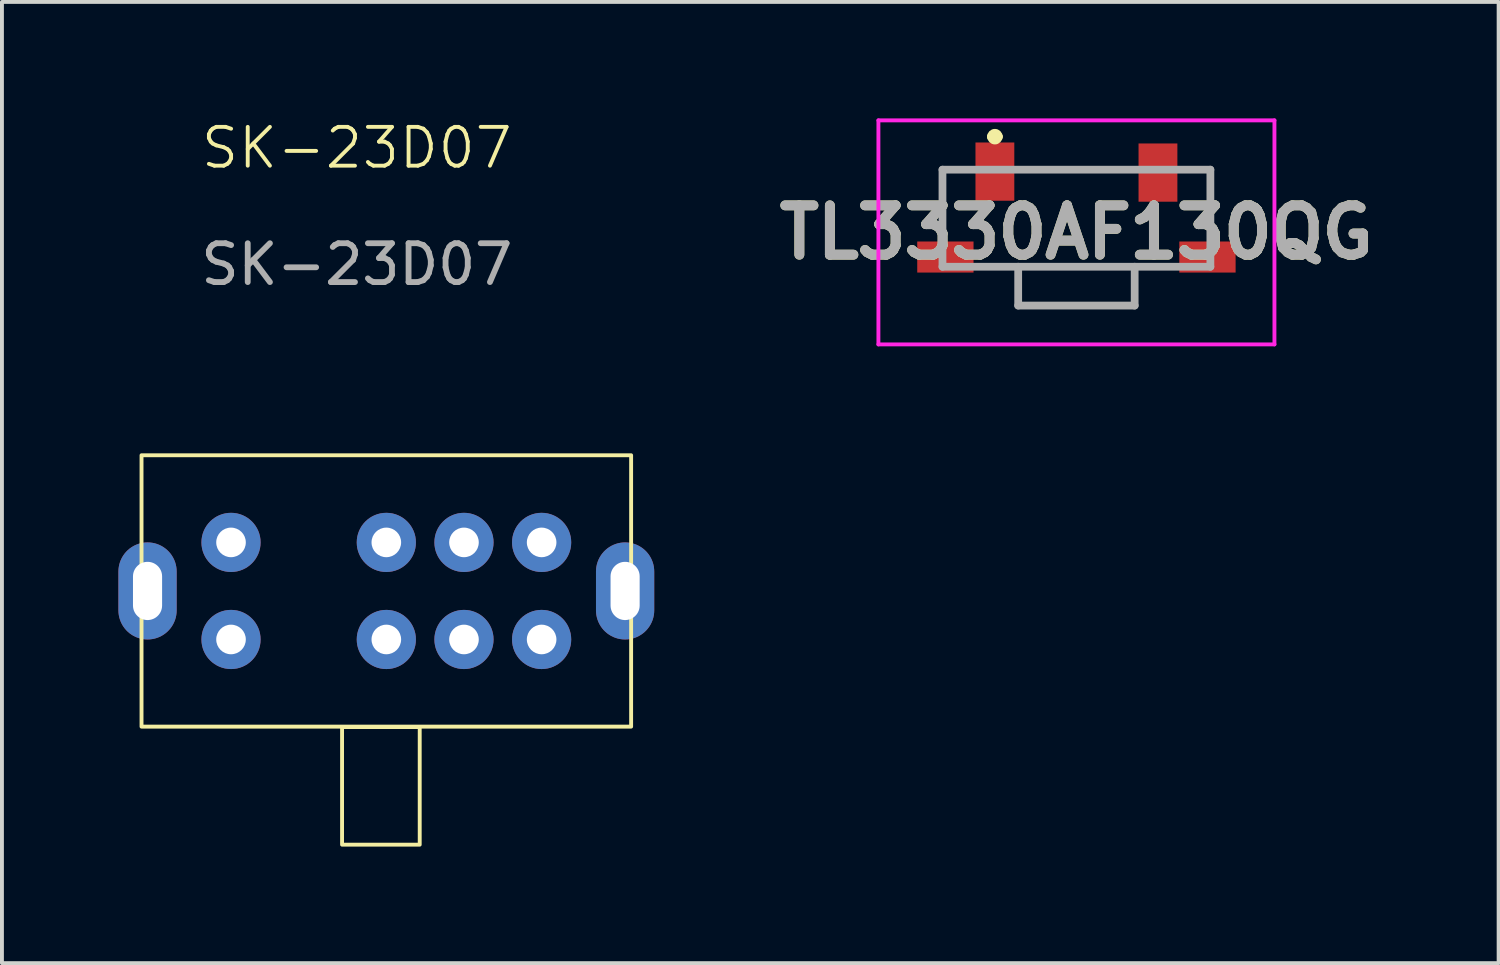
<source format=kicad_pcb>
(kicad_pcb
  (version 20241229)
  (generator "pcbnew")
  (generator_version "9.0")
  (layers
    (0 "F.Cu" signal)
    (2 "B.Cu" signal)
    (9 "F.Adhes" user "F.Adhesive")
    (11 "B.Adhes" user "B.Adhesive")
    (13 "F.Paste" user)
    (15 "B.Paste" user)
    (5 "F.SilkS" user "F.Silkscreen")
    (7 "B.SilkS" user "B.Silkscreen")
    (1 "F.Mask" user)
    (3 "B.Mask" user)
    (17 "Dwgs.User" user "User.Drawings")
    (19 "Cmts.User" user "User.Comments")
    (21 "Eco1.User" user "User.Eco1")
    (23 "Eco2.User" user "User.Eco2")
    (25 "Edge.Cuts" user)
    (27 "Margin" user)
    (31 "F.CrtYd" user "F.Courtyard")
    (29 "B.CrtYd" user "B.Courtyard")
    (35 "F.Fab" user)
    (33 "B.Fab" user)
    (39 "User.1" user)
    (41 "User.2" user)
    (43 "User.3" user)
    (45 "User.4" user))
  (footprint "TL3330AF130QG"
    (layer "F.Cu")
    (at 24.674 3.07)
    (property "Reference" "TL3330AF130QG" (at 0 -0.135 0) (layer "F.SilkS") (effects (font (size 1.27 1.27) (thickness 0.254))))
    (attr smd)
    (fp_line (start -3.45 -1.75) (end -3.45 -0.3) (stroke (width 0.1) (type solid)) (layer "F.SilkS"))
    (fp_line (start -3 -1.75) (end -3.45 -1.75) (stroke (width 0.1) (type solid)) (layer "F.SilkS"))
    (fp_line (start -2.4 0.75) (end 2.4 0.75) (stroke (width 0.1) (type solid)) (layer "F.SilkS"))
    (fp_line (start -2.2 -2.6) (end -2.2 -2.6) (stroke (width 0.2) (type solid)) (layer "F.SilkS"))
    (fp_line (start -2 -2.6) (end -2 -2.6) (stroke (width 0.2) (type solid)) (layer "F.SilkS"))
    (fp_line (start -1.2 -1.75) (end 1.2 -1.75) (stroke (width 0.1) (type solid)) (layer "F.SilkS"))
    (fp_line (start 3 -1.75) (end 3.45 -1.75) (stroke (width 0.1) (type solid)) (layer "F.SilkS"))
    (fp_line (start 3.45 -1.75) (end 3.45 -0.3) (stroke (width 0.1) (type solid)) (layer "F.SilkS"))
    (fp_arc (start -2.2 -2.6) (mid -2.1 -2.7) (end -2 -2.6) (stroke (width 0.2) (type solid)) (layer "F.SilkS"))
    (fp_arc (start -2 -2.6) (mid -2.1 -2.5) (end -2.2 -2.6) (stroke (width 0.2) (type solid)) (layer "F.SilkS"))
    (fp_line (start -5.1 -3.02) (end 5.1 -3.02) (stroke (width 0.1) (type solid)) (layer "F.CrtYd"))
    (fp_line (start -5.1 2.75) (end -5.1 -3.02) (stroke (width 0.1) (type solid)) (layer "F.CrtYd"))
    (fp_line (start 5.1 -3.02) (end 5.1 2.75) (stroke (width 0.1) (type solid)) (layer "F.CrtYd"))
    (fp_line (start 5.1 2.75) (end -5.1 2.75) (stroke (width 0.1) (type solid)) (layer "F.CrtYd"))
    (fp_line (start -3.45 -1.75) (end 3.45 -1.75) (stroke (width 0.2) (type solid)) (layer "F.Fab"))
    (fp_line (start -3.45 0.75) (end -3.45 -1.75) (stroke (width 0.2) (type solid)) (layer "F.Fab"))
    (fp_line (start -1.5 0.75) (end -1.5 1.75) (stroke (width 0.2) (type solid)) (layer "F.Fab"))
    (fp_line (start -1.5 1.75) (end 1.5 1.75) (stroke (width 0.2) (type solid)) (layer "F.Fab"))
    (fp_line (start 1.5 1.75) (end 1.5 0.75) (stroke (width 0.2) (type solid)) (layer "F.Fab"))
    (fp_line (start 3.45 -1.75) (end 3.45 0.75) (stroke (width 0.2) (type solid)) (layer "F.Fab"))
    (fp_line (start 3.45 0.75) (end -3.45 0.75) (stroke (width 0.2) (type solid)) (layer "F.Fab"))
    (fp_text user "${REFERENCE}" (at 0 -0.135 0) (layer "F.Fab") (effects (font (size 1.27 1.27) (thickness 0.254))))
    (pad "1" smd rect (at -2.1 -1.7) (size 1 1.5) (layers "F.Cu" "F.Mask" "F.Paste"))
    (pad "2" smd rect (at 2.1 -1.675) (size 1 1.5) (layers "F.Cu" "F.Mask" "F.Paste"))
    (pad "3" smd rect (at -3.375 0.5 90) (size 0.8 1.45) (layers "F.Cu" "F.Mask" "F.Paste"))
    (pad "4" smd rect (at 3.375 0.5 90) (size 0.8 1.45) (layers "F.Cu" "F.Mask" "F.Paste")))
  (footprint "SK-23D07"
    (layer "F.Cu")
    (at 6.14 1.26)
    (property "Reference" "SK-23D07" (at 0 -0.5 0) (unlocked yes) (layer "F.SilkS") (effects (font (size 1 1) (thickness 0.1))))
    (attr through_hole)
    (fp_rect (start -5.545 7.415) (end 7.065 14.405) (stroke (width 0.1) (type default)) (fill no) (layer "F.SilkS"))
    (fp_rect (start -0.38 14.415) (end 1.62 17.445) (stroke (width 0.1) (type default)) (fill no) (layer "F.SilkS"))
    (fp_text user "${REFERENCE}" (at 0 2.5 0) (unlocked yes) (layer "F.Fab") (effects (font (size 1 1) (thickness 0.15))))
    (pad "1" thru_hole circle (at -3.24 9.66) (size 1.524 1.524) (drill 0.762) (layers "*.Cu" "*.Mask"))
    (pad "2" thru_hole circle (at 0.76 9.66) (size 1.524 1.524) (drill 0.762) (layers "*.Cu" "*.Mask"))
    (pad "3" thru_hole circle (at 2.76 9.66) (size 1.524 1.524) (drill 0.762) (layers "*.Cu" "*.Mask"))
    (pad "4" thru_hole circle (at 4.76 9.66) (size 1.524 1.524) (drill 0.762) (layers "*.Cu" "*.Mask"))
    (pad "5" thru_hole circle (at -3.24 12.16) (size 1.524 1.524) (drill 0.762) (layers "*.Cu" "*.Mask"))
    (pad "6" thru_hole circle (at 0.76 12.16) (size 1.524 1.524) (drill 0.762) (layers "*.Cu" "*.Mask"))
    (pad "7" thru_hole circle (at 2.76 12.16) (size 1.524 1.524) (drill 0.762) (layers "*.Cu" "*.Mask"))
    (pad "8" thru_hole circle (at 4.76 12.16) (size 1.524 1.524) (drill 0.762) (layers "*.Cu" "*.Mask"))
    (pad "9" thru_hole oval (at -5.39 10.91) (size 1.5 2.5) (drill oval 0.75 1.5) (layers "*.Cu" "*.Mask"))
    (pad "9" thru_hole oval (at 6.91 10.91) (size 1.5 2.5) (drill oval 0.75 1.5) (layers "*.Cu" "*.Mask")))
  (gr_rect
    (start -3 -3)
    (end 35.548 21.756)
    (stroke (width 0.1) (type default))
    (fill no)
    (layer "Edge.Cuts")))
</source>
